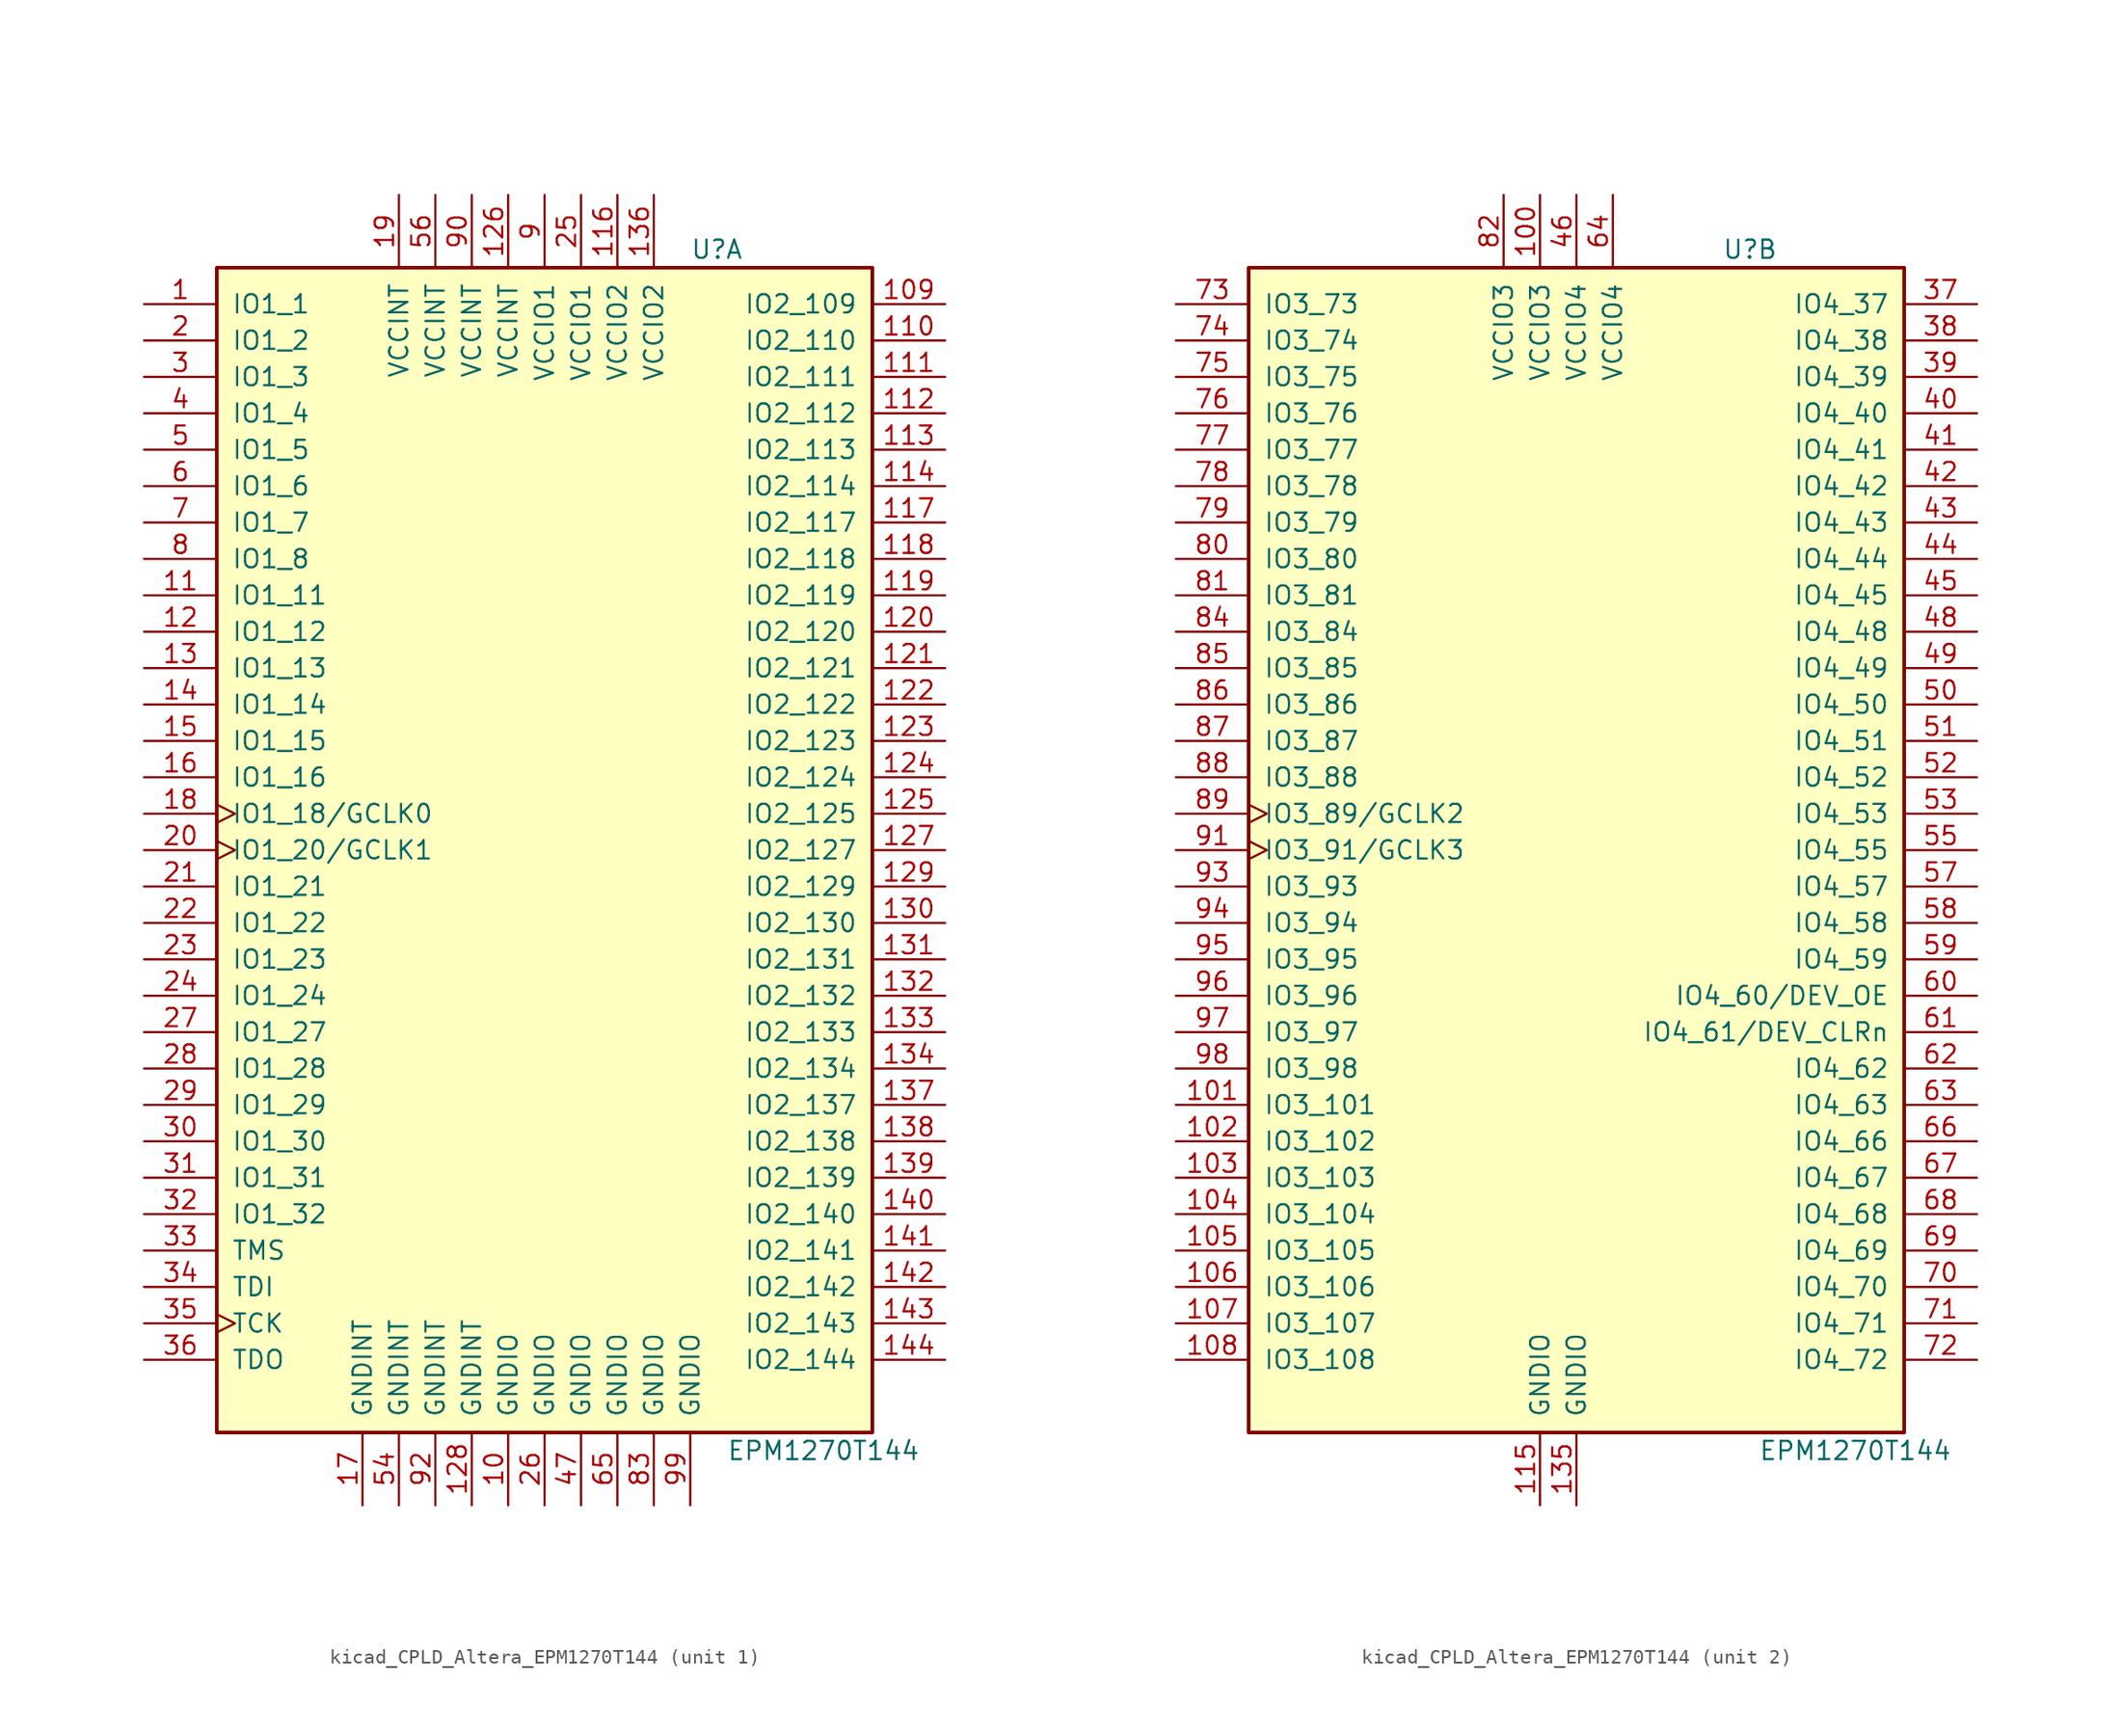
<source format=kicad_sym>
(kicad_symbol_lib
  (version 20220914)
  (generator kicad_symbol_editor)
  (symbol "kicad_CPLD_Altera_EPM1270T144"
    (pin_names
      (offset 1.016))
    (property "Reference" "U"
      (at 10.16 41.91 0)
      (effects (font (size 1.27 1.27)) (justify left)))
    (property "Value" "EPM1270T144"
      (at 12.7 -41.91 0)
      (effects (font (size 1.27 1.27)) (justify left)))
    (property "ki_locked" ""
      (at 0 0 0)
      (effects (font (size 1.27 1.27))))
    (symbol "kicad_CPLD_Altera_EPM1270T144_1_1"
      (rectangle (start -22.86 40.64) (end 22.86 -40.64) (stroke (width 0.254) (type default)) (fill (type background)))
      (pin bidirectional line (at -27.94 38.1 0) (length 5.08) (name "IO1_1" (effects (font (size 1.27 1.27)))) (number "1" (effects (font (size 1.27 1.27)))))
      (pin power_in line (at -2.54 -45.72 90) (length 5.08) (name "GNDIO" (effects (font (size 1.27 1.27)))) (number "10" (effects (font (size 1.27 1.27)))))
      (pin bidirectional line (at 27.94 38.1 180) (length 5.08) (name "IO2_109" (effects (font (size 1.27 1.27)))) (number "109" (effects (font (size 1.27 1.27)))))
      (pin bidirectional line (at -27.94 17.78 0) (length 5.08) (name "IO1_11" (effects (font (size 1.27 1.27)))) (number "11" (effects (font (size 1.27 1.27)))))
      (pin bidirectional line (at 27.94 35.56 180) (length 5.08) (name "IO2_110" (effects (font (size 1.27 1.27)))) (number "110" (effects (font (size 1.27 1.27)))))
      (pin bidirectional line (at 27.94 33.02 180) (length 5.08) (name "IO2_111" (effects (font (size 1.27 1.27)))) (number "111" (effects (font (size 1.27 1.27)))))
      (pin bidirectional line (at 27.94 30.48 180) (length 5.08) (name "IO2_112" (effects (font (size 1.27 1.27)))) (number "112" (effects (font (size 1.27 1.27)))))
      (pin bidirectional line (at 27.94 27.94 180) (length 5.08) (name "IO2_113" (effects (font (size 1.27 1.27)))) (number "113" (effects (font (size 1.27 1.27)))))
      (pin bidirectional line (at 27.94 25.4 180) (length 5.08) (name "IO2_114" (effects (font (size 1.27 1.27)))) (number "114" (effects (font (size 1.27 1.27)))))
      (pin power_in line (at 5.08 45.72 270) (length 5.08) (name "VCCIO2" (effects (font (size 1.27 1.27)))) (number "116" (effects (font (size 1.27 1.27)))))
      (pin bidirectional line (at 27.94 22.86 180) (length 5.08) (name "IO2_117" (effects (font (size 1.27 1.27)))) (number "117" (effects (font (size 1.27 1.27)))))
      (pin bidirectional line (at 27.94 20.32 180) (length 5.08) (name "IO2_118" (effects (font (size 1.27 1.27)))) (number "118" (effects (font (size 1.27 1.27)))))
      (pin bidirectional line (at 27.94 17.78 180) (length 5.08) (name "IO2_119" (effects (font (size 1.27 1.27)))) (number "119" (effects (font (size 1.27 1.27)))))
      (pin bidirectional line (at -27.94 15.24 0) (length 5.08) (name "IO1_12" (effects (font (size 1.27 1.27)))) (number "12" (effects (font (size 1.27 1.27)))))
      (pin bidirectional line (at 27.94 15.24 180) (length 5.08) (name "IO2_120" (effects (font (size 1.27 1.27)))) (number "120" (effects (font (size 1.27 1.27)))))
      (pin bidirectional line (at 27.94 12.7 180) (length 5.08) (name "IO2_121" (effects (font (size 1.27 1.27)))) (number "121" (effects (font (size 1.27 1.27)))))
      (pin bidirectional line (at 27.94 10.16 180) (length 5.08) (name "IO2_122" (effects (font (size 1.27 1.27)))) (number "122" (effects (font (size 1.27 1.27)))))
      (pin bidirectional line (at 27.94 7.62 180) (length 5.08) (name "IO2_123" (effects (font (size 1.27 1.27)))) (number "123" (effects (font (size 1.27 1.27)))))
      (pin bidirectional line (at 27.94 5.08 180) (length 5.08) (name "IO2_124" (effects (font (size 1.27 1.27)))) (number "124" (effects (font (size 1.27 1.27)))))
      (pin bidirectional line (at 27.94 2.54 180) (length 5.08) (name "IO2_125" (effects (font (size 1.27 1.27)))) (number "125" (effects (font (size 1.27 1.27)))))
      (pin power_in line (at -2.54 45.72 270) (length 5.08) (name "VCCINT" (effects (font (size 1.27 1.27)))) (number "126" (effects (font (size 1.27 1.27)))))
      (pin bidirectional line (at 27.94 0 180) (length 5.08) (name "IO2_127" (effects (font (size 1.27 1.27)))) (number "127" (effects (font (size 1.27 1.27)))))
      (pin power_in line (at -5.08 -45.72 90) (length 5.08) (name "GNDINT" (effects (font (size 1.27 1.27)))) (number "128" (effects (font (size 1.27 1.27)))))
      (pin bidirectional line (at 27.94 -2.54 180) (length 5.08) (name "IO2_129" (effects (font (size 1.27 1.27)))) (number "129" (effects (font (size 1.27 1.27)))))
      (pin bidirectional line (at -27.94 12.7 0) (length 5.08) (name "IO1_13" (effects (font (size 1.27 1.27)))) (number "13" (effects (font (size 1.27 1.27)))))
      (pin bidirectional line (at 27.94 -5.08 180) (length 5.08) (name "IO2_130" (effects (font (size 1.27 1.27)))) (number "130" (effects (font (size 1.27 1.27)))))
      (pin bidirectional line (at 27.94 -7.62 180) (length 5.08) (name "IO2_131" (effects (font (size 1.27 1.27)))) (number "131" (effects (font (size 1.27 1.27)))))
      (pin bidirectional line (at 27.94 -10.16 180) (length 5.08) (name "IO2_132" (effects (font (size 1.27 1.27)))) (number "132" (effects (font (size 1.27 1.27)))))
      (pin bidirectional line (at 27.94 -12.7 180) (length 5.08) (name "IO2_133" (effects (font (size 1.27 1.27)))) (number "133" (effects (font (size 1.27 1.27)))))
      (pin bidirectional line (at 27.94 -15.24 180) (length 5.08) (name "IO2_134" (effects (font (size 1.27 1.27)))) (number "134" (effects (font (size 1.27 1.27)))))
      (pin power_in line (at 7.62 45.72 270) (length 5.08) (name "VCCIO2" (effects (font (size 1.27 1.27)))) (number "136" (effects (font (size 1.27 1.27)))))
      (pin bidirectional line (at 27.94 -17.78 180) (length 5.08) (name "IO2_137" (effects (font (size 1.27 1.27)))) (number "137" (effects (font (size 1.27 1.27)))))
      (pin bidirectional line (at 27.94 -20.32 180) (length 5.08) (name "IO2_138" (effects (font (size 1.27 1.27)))) (number "138" (effects (font (size 1.27 1.27)))))
      (pin bidirectional line (at 27.94 -22.86 180) (length 5.08) (name "IO2_139" (effects (font (size 1.27 1.27)))) (number "139" (effects (font (size 1.27 1.27)))))
      (pin bidirectional line (at -27.94 10.16 0) (length 5.08) (name "IO1_14" (effects (font (size 1.27 1.27)))) (number "14" (effects (font (size 1.27 1.27)))))
      (pin bidirectional line (at 27.94 -25.4 180) (length 5.08) (name "IO2_140" (effects (font (size 1.27 1.27)))) (number "140" (effects (font (size 1.27 1.27)))))
      (pin bidirectional line (at 27.94 -27.94 180) (length 5.08) (name "IO2_141" (effects (font (size 1.27 1.27)))) (number "141" (effects (font (size 1.27 1.27)))))
      (pin bidirectional line (at 27.94 -30.48 180) (length 5.08) (name "IO2_142" (effects (font (size 1.27 1.27)))) (number "142" (effects (font (size 1.27 1.27)))))
      (pin bidirectional line (at 27.94 -33.02 180) (length 5.08) (name "IO2_143" (effects (font (size 1.27 1.27)))) (number "143" (effects (font (size 1.27 1.27)))))
      (pin bidirectional line (at 27.94 -35.56 180) (length 5.08) (name "IO2_144" (effects (font (size 1.27 1.27)))) (number "144" (effects (font (size 1.27 1.27)))))
      (pin bidirectional line (at -27.94 7.62 0) (length 5.08) (name "IO1_15" (effects (font (size 1.27 1.27)))) (number "15" (effects (font (size 1.27 1.27)))))
      (pin bidirectional line (at -27.94 5.08 0) (length 5.08) (name "IO1_16" (effects (font (size 1.27 1.27)))) (number "16" (effects (font (size 1.27 1.27)))))
      (pin power_in line (at -12.7 -45.72 90) (length 5.08) (name "GNDINT" (effects (font (size 1.27 1.27)))) (number "17" (effects (font (size 1.27 1.27)))))
      (pin bidirectional clock (at -27.94 2.54 0) (length 5.08) (name "IO1_18/GCLK0" (effects (font (size 1.27 1.27)))) (number "18" (effects (font (size 1.27 1.27)))))
      (pin power_in line (at -10.16 45.72 270) (length 5.08) (name "VCCINT" (effects (font (size 1.27 1.27)))) (number "19" (effects (font (size 1.27 1.27)))))
      (pin bidirectional line (at -27.94 35.56 0) (length 5.08) (name "IO1_2" (effects (font (size 1.27 1.27)))) (number "2" (effects (font (size 1.27 1.27)))))
      (pin bidirectional clock (at -27.94 0 0) (length 5.08) (name "IO1_20/GCLK1" (effects (font (size 1.27 1.27)))) (number "20" (effects (font (size 1.27 1.27)))))
      (pin bidirectional line (at -27.94 -2.54 0) (length 5.08) (name "IO1_21" (effects (font (size 1.27 1.27)))) (number "21" (effects (font (size 1.27 1.27)))))
      (pin bidirectional line (at -27.94 -5.08 0) (length 5.08) (name "IO1_22" (effects (font (size 1.27 1.27)))) (number "22" (effects (font (size 1.27 1.27)))))
      (pin bidirectional line (at -27.94 -7.62 0) (length 5.08) (name "IO1_23" (effects (font (size 1.27 1.27)))) (number "23" (effects (font (size 1.27 1.27)))))
      (pin bidirectional line (at -27.94 -10.16 0) (length 5.08) (name "IO1_24" (effects (font (size 1.27 1.27)))) (number "24" (effects (font (size 1.27 1.27)))))
      (pin power_in line (at 2.54 45.72 270) (length 5.08) (name "VCCIO1" (effects (font (size 1.27 1.27)))) (number "25" (effects (font (size 1.27 1.27)))))
      (pin power_in line (at 0 -45.72 90) (length 5.08) (name "GNDIO" (effects (font (size 1.27 1.27)))) (number "26" (effects (font (size 1.27 1.27)))))
      (pin bidirectional line (at -27.94 -12.7 0) (length 5.08) (name "IO1_27" (effects (font (size 1.27 1.27)))) (number "27" (effects (font (size 1.27 1.27)))))
      (pin bidirectional line (at -27.94 -15.24 0) (length 5.08) (name "IO1_28" (effects (font (size 1.27 1.27)))) (number "28" (effects (font (size 1.27 1.27)))))
      (pin bidirectional line (at -27.94 -17.78 0) (length 5.08) (name "IO1_29" (effects (font (size 1.27 1.27)))) (number "29" (effects (font (size 1.27 1.27)))))
      (pin bidirectional line (at -27.94 33.02 0) (length 5.08) (name "IO1_3" (effects (font (size 1.27 1.27)))) (number "3" (effects (font (size 1.27 1.27)))))
      (pin bidirectional line (at -27.94 -20.32 0) (length 5.08) (name "IO1_30" (effects (font (size 1.27 1.27)))) (number "30" (effects (font (size 1.27 1.27)))))
      (pin bidirectional line (at -27.94 -22.86 0) (length 5.08) (name "IO1_31" (effects (font (size 1.27 1.27)))) (number "31" (effects (font (size 1.27 1.27)))))
      (pin bidirectional line (at -27.94 -25.4 0) (length 5.08) (name "IO1_32" (effects (font (size 1.27 1.27)))) (number "32" (effects (font (size 1.27 1.27)))))
      (pin input line (at -27.94 -27.94 0) (length 5.08) (name "TMS" (effects (font (size 1.27 1.27)))) (number "33" (effects (font (size 1.27 1.27)))))
      (pin input line (at -27.94 -30.48 0) (length 5.08) (name "TDI" (effects (font (size 1.27 1.27)))) (number "34" (effects (font (size 1.27 1.27)))))
      (pin input clock (at -27.94 -33.02 0) (length 5.08) (name "TCK" (effects (font (size 1.27 1.27)))) (number "35" (effects (font (size 1.27 1.27)))))
      (pin output line (at -27.94 -35.56 0) (length 5.08) (name "TDO" (effects (font (size 1.27 1.27)))) (number "36" (effects (font (size 1.27 1.27)))))
      (pin bidirectional line (at -27.94 30.48 0) (length 5.08) (name "IO1_4" (effects (font (size 1.27 1.27)))) (number "4" (effects (font (size 1.27 1.27)))))
      (pin power_in line (at 2.54 -45.72 90) (length 5.08) (name "GNDIO" (effects (font (size 1.27 1.27)))) (number "47" (effects (font (size 1.27 1.27)))))
      (pin bidirectional line (at -27.94 27.94 0) (length 5.08) (name "IO1_5" (effects (font (size 1.27 1.27)))) (number "5" (effects (font (size 1.27 1.27)))))
      (pin power_in line (at -10.16 -45.72 90) (length 5.08) (name "GNDINT" (effects (font (size 1.27 1.27)))) (number "54" (effects (font (size 1.27 1.27)))))
      (pin power_in line (at -7.62 45.72 270) (length 5.08) (name "VCCINT" (effects (font (size 1.27 1.27)))) (number "56" (effects (font (size 1.27 1.27)))))
      (pin bidirectional line (at -27.94 25.4 0) (length 5.08) (name "IO1_6" (effects (font (size 1.27 1.27)))) (number "6" (effects (font (size 1.27 1.27)))))
      (pin power_in line (at 5.08 -45.72 90) (length 5.08) (name "GNDIO" (effects (font (size 1.27 1.27)))) (number "65" (effects (font (size 1.27 1.27)))))
      (pin bidirectional line (at -27.94 22.86 0) (length 5.08) (name "IO1_7" (effects (font (size 1.27 1.27)))) (number "7" (effects (font (size 1.27 1.27)))))
      (pin bidirectional line (at -27.94 20.32 0) (length 5.08) (name "IO1_8" (effects (font (size 1.27 1.27)))) (number "8" (effects (font (size 1.27 1.27)))))
      (pin power_in line (at 7.62 -45.72 90) (length 5.08) (name "GNDIO" (effects (font (size 1.27 1.27)))) (number "83" (effects (font (size 1.27 1.27)))))
      (pin power_in line (at 0 45.72 270) (length 5.08) (name "VCCIO1" (effects (font (size 1.27 1.27)))) (number "9" (effects (font (size 1.27 1.27)))))
      (pin power_in line (at -5.08 45.72 270) (length 5.08) (name "VCCINT" (effects (font (size 1.27 1.27)))) (number "90" (effects (font (size 1.27 1.27)))))
      (pin power_in line (at -7.62 -45.72 90) (length 5.08) (name "GNDINT" (effects (font (size 1.27 1.27)))) (number "92" (effects (font (size 1.27 1.27)))))
      (pin power_in line (at 10.16 -45.72 90) (length 5.08) (name "GNDIO" (effects (font (size 1.27 1.27)))) (number "99" (effects (font (size 1.27 1.27))))))
    (symbol "kicad_CPLD_Altera_EPM1270T144_2_1"
      (rectangle (start -22.86 40.64) (end 22.86 -40.64) (stroke (width 0.254) (type default)) (fill (type background)))
      (pin power_in line (at -2.54 45.72 270) (length 5.08) (name "VCCIO3" (effects (font (size 1.27 1.27)))) (number "100" (effects (font (size 1.27 1.27)))))
      (pin bidirectional line (at -27.94 -17.78 0) (length 5.08) (name "IO3_101" (effects (font (size 1.27 1.27)))) (number "101" (effects (font (size 1.27 1.27)))))
      (pin bidirectional line (at -27.94 -20.32 0) (length 5.08) (name "IO3_102" (effects (font (size 1.27 1.27)))) (number "102" (effects (font (size 1.27 1.27)))))
      (pin bidirectional line (at -27.94 -22.86 0) (length 5.08) (name "IO3_103" (effects (font (size 1.27 1.27)))) (number "103" (effects (font (size 1.27 1.27)))))
      (pin bidirectional line (at -27.94 -25.4 0) (length 5.08) (name "IO3_104" (effects (font (size 1.27 1.27)))) (number "104" (effects (font (size 1.27 1.27)))))
      (pin bidirectional line (at -27.94 -27.94 0) (length 5.08) (name "IO3_105" (effects (font (size 1.27 1.27)))) (number "105" (effects (font (size 1.27 1.27)))))
      (pin bidirectional line (at -27.94 -30.48 0) (length 5.08) (name "IO3_106" (effects (font (size 1.27 1.27)))) (number "106" (effects (font (size 1.27 1.27)))))
      (pin bidirectional line (at -27.94 -33.02 0) (length 5.08) (name "IO3_107" (effects (font (size 1.27 1.27)))) (number "107" (effects (font (size 1.27 1.27)))))
      (pin bidirectional line (at -27.94 -35.56 0) (length 5.08) (name "IO3_108" (effects (font (size 1.27 1.27)))) (number "108" (effects (font (size 1.27 1.27)))))
      (pin power_in line (at -2.54 -45.72 90) (length 5.08) (name "GNDIO" (effects (font (size 1.27 1.27)))) (number "115" (effects (font (size 1.27 1.27)))))
      (pin power_in line (at 0 -45.72 90) (length 5.08) (name "GNDIO" (effects (font (size 1.27 1.27)))) (number "135" (effects (font (size 1.27 1.27)))))
      (pin bidirectional line (at 27.94 38.1 180) (length 5.08) (name "IO4_37" (effects (font (size 1.27 1.27)))) (number "37" (effects (font (size 1.27 1.27)))))
      (pin bidirectional line (at 27.94 35.56 180) (length 5.08) (name "IO4_38" (effects (font (size 1.27 1.27)))) (number "38" (effects (font (size 1.27 1.27)))))
      (pin bidirectional line (at 27.94 33.02 180) (length 5.08) (name "IO4_39" (effects (font (size 1.27 1.27)))) (number "39" (effects (font (size 1.27 1.27)))))
      (pin bidirectional line (at 27.94 30.48 180) (length 5.08) (name "IO4_40" (effects (font (size 1.27 1.27)))) (number "40" (effects (font (size 1.27 1.27)))))
      (pin bidirectional line (at 27.94 27.94 180) (length 5.08) (name "IO4_41" (effects (font (size 1.27 1.27)))) (number "41" (effects (font (size 1.27 1.27)))))
      (pin bidirectional line (at 27.94 25.4 180) (length 5.08) (name "IO4_42" (effects (font (size 1.27 1.27)))) (number "42" (effects (font (size 1.27 1.27)))))
      (pin bidirectional line (at 27.94 22.86 180) (length 5.08) (name "IO4_43" (effects (font (size 1.27 1.27)))) (number "43" (effects (font (size 1.27 1.27)))))
      (pin bidirectional line (at 27.94 20.32 180) (length 5.08) (name "IO4_44" (effects (font (size 1.27 1.27)))) (number "44" (effects (font (size 1.27 1.27)))))
      (pin bidirectional line (at 27.94 17.78 180) (length 5.08) (name "IO4_45" (effects (font (size 1.27 1.27)))) (number "45" (effects (font (size 1.27 1.27)))))
      (pin power_in line (at 0 45.72 270) (length 5.08) (name "VCCIO4" (effects (font (size 1.27 1.27)))) (number "46" (effects (font (size 1.27 1.27)))))
      (pin bidirectional line (at 27.94 15.24 180) (length 5.08) (name "IO4_48" (effects (font (size 1.27 1.27)))) (number "48" (effects (font (size 1.27 1.27)))))
      (pin bidirectional line (at 27.94 12.7 180) (length 5.08) (name "IO4_49" (effects (font (size 1.27 1.27)))) (number "49" (effects (font (size 1.27 1.27)))))
      (pin bidirectional line (at 27.94 10.16 180) (length 5.08) (name "IO4_50" (effects (font (size 1.27 1.27)))) (number "50" (effects (font (size 1.27 1.27)))))
      (pin bidirectional line (at 27.94 7.62 180) (length 5.08) (name "IO4_51" (effects (font (size 1.27 1.27)))) (number "51" (effects (font (size 1.27 1.27)))))
      (pin bidirectional line (at 27.94 5.08 180) (length 5.08) (name "IO4_52" (effects (font (size 1.27 1.27)))) (number "52" (effects (font (size 1.27 1.27)))))
      (pin bidirectional line (at 27.94 2.54 180) (length 5.08) (name "IO4_53" (effects (font (size 1.27 1.27)))) (number "53" (effects (font (size 1.27 1.27)))))
      (pin bidirectional line (at 27.94 0 180) (length 5.08) (name "IO4_55" (effects (font (size 1.27 1.27)))) (number "55" (effects (font (size 1.27 1.27)))))
      (pin bidirectional line (at 27.94 -2.54 180) (length 5.08) (name "IO4_57" (effects (font (size 1.27 1.27)))) (number "57" (effects (font (size 1.27 1.27)))))
      (pin bidirectional line (at 27.94 -5.08 180) (length 5.08) (name "IO4_58" (effects (font (size 1.27 1.27)))) (number "58" (effects (font (size 1.27 1.27)))))
      (pin bidirectional line (at 27.94 -7.62 180) (length 5.08) (name "IO4_59" (effects (font (size 1.27 1.27)))) (number "59" (effects (font (size 1.27 1.27)))))
      (pin bidirectional line (at 27.94 -10.16 180) (length 5.08) (name "IO4_60/DEV_OE" (effects (font (size 1.27 1.27)))) (number "60" (effects (font (size 1.27 1.27)))))
      (pin bidirectional line (at 27.94 -12.7 180) (length 5.08) (name "IO4_61/DEV_CLRn" (effects (font (size 1.27 1.27)))) (number "61" (effects (font (size 1.27 1.27)))))
      (pin bidirectional line (at 27.94 -15.24 180) (length 5.08) (name "IO4_62" (effects (font (size 1.27 1.27)))) (number "62" (effects (font (size 1.27 1.27)))))
      (pin bidirectional line (at 27.94 -17.78 180) (length 5.08) (name "IO4_63" (effects (font (size 1.27 1.27)))) (number "63" (effects (font (size 1.27 1.27)))))
      (pin power_in line (at 2.54 45.72 270) (length 5.08) (name "VCCIO4" (effects (font (size 1.27 1.27)))) (number "64" (effects (font (size 1.27 1.27)))))
      (pin bidirectional line (at 27.94 -20.32 180) (length 5.08) (name "IO4_66" (effects (font (size 1.27 1.27)))) (number "66" (effects (font (size 1.27 1.27)))))
      (pin bidirectional line (at 27.94 -22.86 180) (length 5.08) (name "IO4_67" (effects (font (size 1.27 1.27)))) (number "67" (effects (font (size 1.27 1.27)))))
      (pin bidirectional line (at 27.94 -25.4 180) (length 5.08) (name "IO4_68" (effects (font (size 1.27 1.27)))) (number "68" (effects (font (size 1.27 1.27)))))
      (pin bidirectional line (at 27.94 -27.94 180) (length 5.08) (name "IO4_69" (effects (font (size 1.27 1.27)))) (number "69" (effects (font (size 1.27 1.27)))))
      (pin bidirectional line (at 27.94 -30.48 180) (length 5.08) (name "IO4_70" (effects (font (size 1.27 1.27)))) (number "70" (effects (font (size 1.27 1.27)))))
      (pin bidirectional line (at 27.94 -33.02 180) (length 5.08) (name "IO4_71" (effects (font (size 1.27 1.27)))) (number "71" (effects (font (size 1.27 1.27)))))
      (pin bidirectional line (at 27.94 -35.56 180) (length 5.08) (name "IO4_72" (effects (font (size 1.27 1.27)))) (number "72" (effects (font (size 1.27 1.27)))))
      (pin bidirectional line (at -27.94 38.1 0) (length 5.08) (name "IO3_73" (effects (font (size 1.27 1.27)))) (number "73" (effects (font (size 1.27 1.27)))))
      (pin bidirectional line (at -27.94 35.56 0) (length 5.08) (name "IO3_74" (effects (font (size 1.27 1.27)))) (number "74" (effects (font (size 1.27 1.27)))))
      (pin bidirectional line (at -27.94 33.02 0) (length 5.08) (name "IO3_75" (effects (font (size 1.27 1.27)))) (number "75" (effects (font (size 1.27 1.27)))))
      (pin bidirectional line (at -27.94 30.48 0) (length 5.08) (name "IO3_76" (effects (font (size 1.27 1.27)))) (number "76" (effects (font (size 1.27 1.27)))))
      (pin bidirectional line (at -27.94 27.94 0) (length 5.08) (name "IO3_77" (effects (font (size 1.27 1.27)))) (number "77" (effects (font (size 1.27 1.27)))))
      (pin bidirectional line (at -27.94 25.4 0) (length 5.08) (name "IO3_78" (effects (font (size 1.27 1.27)))) (number "78" (effects (font (size 1.27 1.27)))))
      (pin bidirectional line (at -27.94 22.86 0) (length 5.08) (name "IO3_79" (effects (font (size 1.27 1.27)))) (number "79" (effects (font (size 1.27 1.27)))))
      (pin bidirectional line (at -27.94 20.32 0) (length 5.08) (name "IO3_80" (effects (font (size 1.27 1.27)))) (number "80" (effects (font (size 1.27 1.27)))))
      (pin bidirectional line (at -27.94 17.78 0) (length 5.08) (name "IO3_81" (effects (font (size 1.27 1.27)))) (number "81" (effects (font (size 1.27 1.27)))))
      (pin power_in line (at -5.08 45.72 270) (length 5.08) (name "VCCIO3" (effects (font (size 1.27 1.27)))) (number "82" (effects (font (size 1.27 1.27)))))
      (pin bidirectional line (at -27.94 15.24 0) (length 5.08) (name "IO3_84" (effects (font (size 1.27 1.27)))) (number "84" (effects (font (size 1.27 1.27)))))
      (pin bidirectional line (at -27.94 12.7 0) (length 5.08) (name "IO3_85" (effects (font (size 1.27 1.27)))) (number "85" (effects (font (size 1.27 1.27)))))
      (pin bidirectional line (at -27.94 10.16 0) (length 5.08) (name "IO3_86" (effects (font (size 1.27 1.27)))) (number "86" (effects (font (size 1.27 1.27)))))
      (pin bidirectional line (at -27.94 7.62 0) (length 5.08) (name "IO3_87" (effects (font (size 1.27 1.27)))) (number "87" (effects (font (size 1.27 1.27)))))
      (pin bidirectional line (at -27.94 5.08 0) (length 5.08) (name "IO3_88" (effects (font (size 1.27 1.27)))) (number "88" (effects (font (size 1.27 1.27)))))
      (pin bidirectional clock (at -27.94 2.54 0) (length 5.08) (name "IO3_89/GCLK2" (effects (font (size 1.27 1.27)))) (number "89" (effects (font (size 1.27 1.27)))))
      (pin bidirectional clock (at -27.94 0 0) (length 5.08) (name "IO3_91/GCLK3" (effects (font (size 1.27 1.27)))) (number "91" (effects (font (size 1.27 1.27)))))
      (pin bidirectional line (at -27.94 -2.54 0) (length 5.08) (name "IO3_93" (effects (font (size 1.27 1.27)))) (number "93" (effects (font (size 1.27 1.27)))))
      (pin bidirectional line (at -27.94 -5.08 0) (length 5.08) (name "IO3_94" (effects (font (size 1.27 1.27)))) (number "94" (effects (font (size 1.27 1.27)))))
      (pin bidirectional line (at -27.94 -7.62 0) (length 5.08) (name "IO3_95" (effects (font (size 1.27 1.27)))) (number "95" (effects (font (size 1.27 1.27)))))
      (pin bidirectional line (at -27.94 -10.16 0) (length 5.08) (name "IO3_96" (effects (font (size 1.27 1.27)))) (number "96" (effects (font (size 1.27 1.27)))))
      (pin bidirectional line (at -27.94 -12.7 0) (length 5.08) (name "IO3_97" (effects (font (size 1.27 1.27)))) (number "97" (effects (font (size 1.27 1.27)))))
      (pin bidirectional line (at -27.94 -15.24 0) (length 5.08) (name "IO3_98" (effects (font (size 1.27 1.27)))) (number "98" (effects (font (size 1.27 1.27))))))))
</source>
